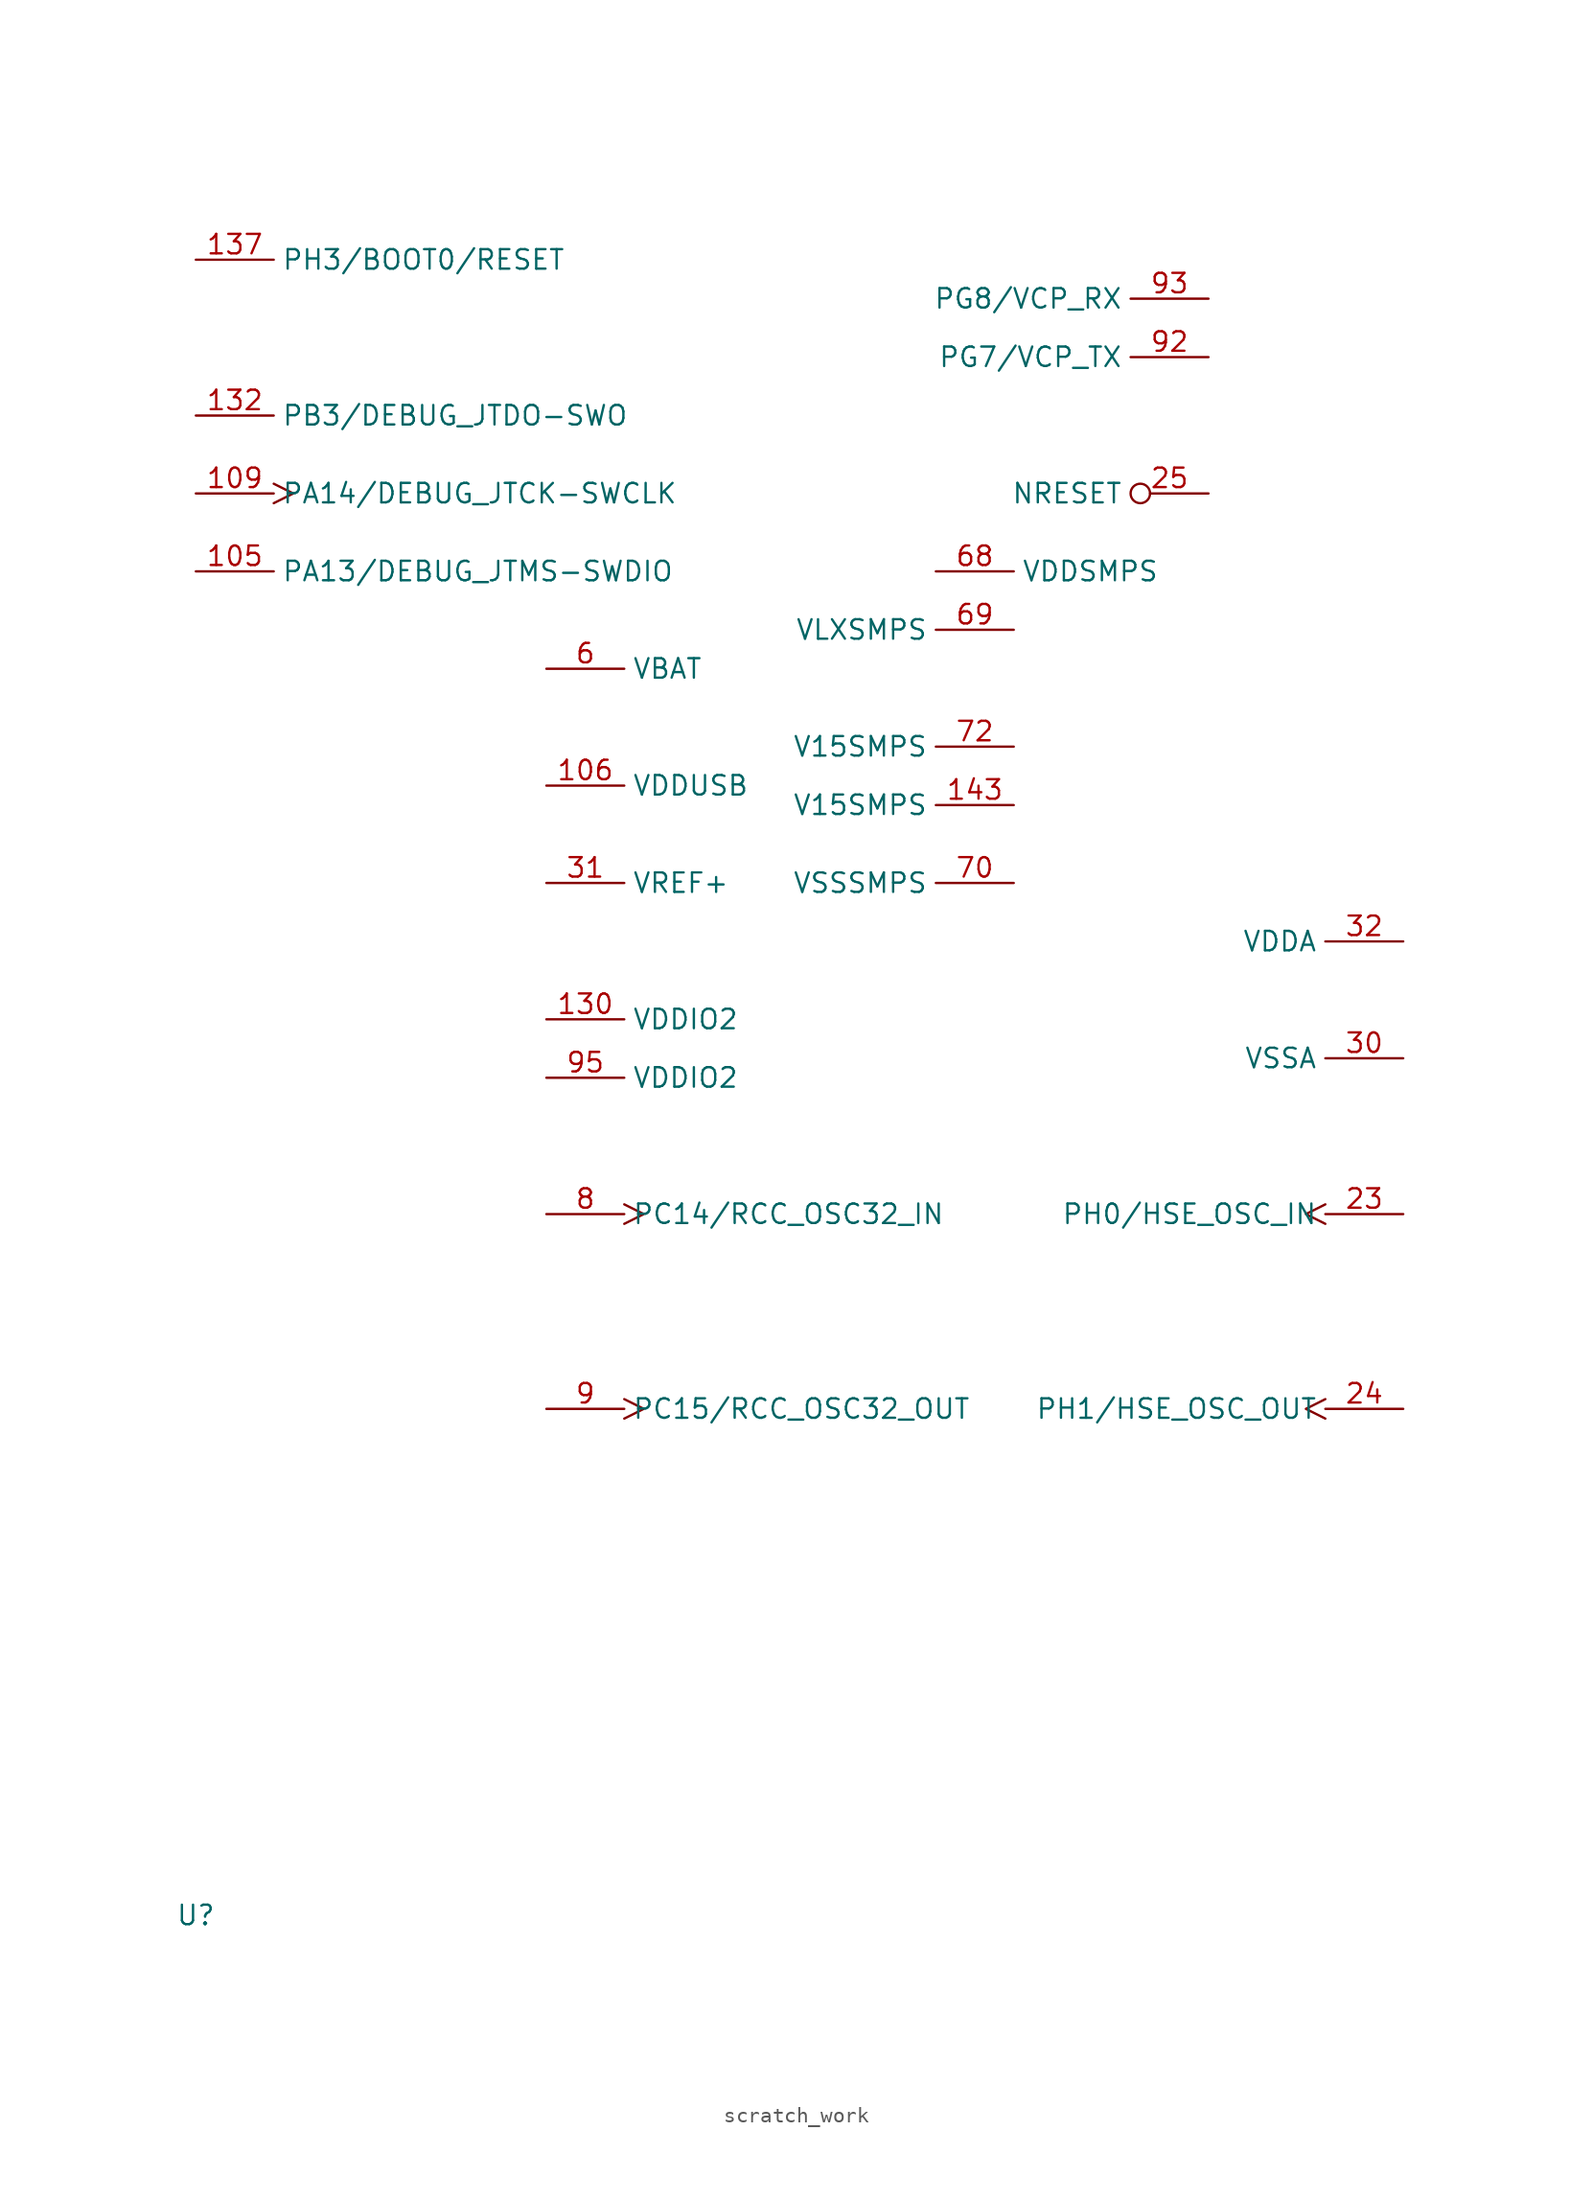
<source format=kicad_sym>
(kicad_symbol_lib
  (version 20241209)
  (generator "kicad_symbol_editor")
  (generator_version "9.0")
  (symbol "scratch_work"
    (property "Reference" "U"
      (at 0 0 0)
      (effects (font (size 1.27 1.27))))
    (property "Value" ""
      (at 0 0 0)
      (effects (font (size 1.27 1.27))))
    (symbol "scratch_work_1_1"
      (pin input line (at 0 107.95 0) (length 5.08) (name "PH3/BOOT0/RESET" (effects (font (size 1.27 1.27)))) (number "137" (effects (font (size 1.27 1.27)))))
      (pin bidirectional line (at 0 97.79 0) (length 5.08) (name "PB3/DEBUG_JTDO-SWO" (effects (font (size 1.27 1.27)))) (number "132" (effects (font (size 1.27 1.27)))) (alternate "COMP2_INM" bidirectional line) (alternate "CRS_SYNC" bidirectional line) (alternate "SAI1_SCK_B" bidirectional line) (alternate "SPI1_SCK" bidirectional line) (alternate "SPI3_SCK" bidirectional line) (alternate "TIM2_CH2" bidirectional line) (alternate "USART1_DE" bidirectional line) (alternate "USART1_RTS" bidirectional line))
      (pin bidirectional clock (at 0 92.71 0) (length 5.08) (name "PA14/DEBUG_JTCK-SWCLK" (effects (font (size 1.27 1.27)))) (number "109" (effects (font (size 1.27 1.27)))) (alternate "I2C1_SMBA" bidirectional line) (alternate "I2C4_SMBA" bidirectional line) (alternate "LPTIM1_OUT" bidirectional line) (alternate "SAI1_FS_B" bidirectional line))
      (pin bidirectional line (at 0 87.63 0) (length 5.08) (name "PA13/DEBUG_JTMS-SWDIO" (effects (font (size 1.27 1.27)))) (number "105" (effects (font (size 1.27 1.27)))) (alternate "IR_OUT" bidirectional line) (alternate "SAI1_SD_B" bidirectional line) (alternate "USB_NOE" bidirectional line))
      (pin power_in line (at 22.86 81.28 0) (length 5.08) (name "VBAT" (effects (font (size 1.27 1.27)))) (number "6" (effects (font (size 1.27 1.27)))))
      (pin power_in line (at 22.86 73.66 0) (length 5.08) (name "VDDUSB" (effects (font (size 1.27 1.27)))) (number "106" (effects (font (size 1.27 1.27)))))
      (pin input line (at 22.86 67.31 0) (length 5.08) (name "VREF+" (effects (font (size 1.27 1.27)))) (number "31" (effects (font (size 1.27 1.27)))) (alternate "VREFBUF_OUT" bidirectional line))
      (pin power_in line (at 22.86 58.42 0) (length 5.08) (name "VDDIO2" (effects (font (size 1.27 1.27)))) (number "130" (effects (font (size 1.27 1.27)))))
      (pin power_in line (at 22.86 54.61 0) (length 5.08) (name "VDDIO2" (effects (font (size 1.27 1.27)))) (number "95" (effects (font (size 1.27 1.27)))))
      (pin input clock (at 22.86 45.72 0) (length 5.08) (name "PC14/RCC_OSC32_IN" (effects (font (size 1.27 1.27)))) (number "8" (effects (font (size 1.27 1.27)))))
      (pin input clock (at 22.86 33.02 0) (length 5.08) (name "PC15/RCC_OSC32_OUT" (effects (font (size 1.27 1.27)))) (number "9" (effects (font (size 1.27 1.27)))))
      (pin power_in line (at 48.26 87.63 0) (length 5.08) (name "VDDSMPS" (effects (font (size 1.27 1.27)))) (number "68" (effects (font (size 1.27 1.27)))))
      (pin power_in line (at 53.34 83.82 180) (length 5.08) (name "VLXSMPS" (effects (font (size 1.27 1.27)))) (number "69" (effects (font (size 1.27 1.27)))))
      (pin power_in line (at 53.34 76.2 180) (length 5.08) (name "V15SMPS" (effects (font (size 1.27 1.27)))) (number "72" (effects (font (size 1.27 1.27)))))
      (pin power_in line (at 53.34 72.39 180) (length 5.08) (name "V15SMPS" (effects (font (size 1.27 1.27)))) (number "143" (effects (font (size 1.27 1.27)))))
      (pin power_in line (at 53.34 67.31 180) (length 5.08) (name "VSSSMPS" (effects (font (size 1.27 1.27)))) (number "70" (effects (font (size 1.27 1.27)))))
      (pin bidirectional line (at 66.04 105.41 180) (length 5.08) (name "PG8/VCP_RX" (effects (font (size 1.27 1.27)))) (number "93" (effects (font (size 1.27 1.27)))) (alternate "I2C3_SDA" bidirectional line) (alternate "LPUART1_RX" bidirectional line))
      (pin bidirectional line (at 66.04 101.6 180) (length 5.08) (name "PG7/VCP_TX" (effects (font (size 1.27 1.27)))) (number "92" (effects (font (size 1.27 1.27)))) (alternate "DFSDM1_CKOUT" bidirectional line) (alternate "FMC_INT" bidirectional line) (alternate "I2C3_SCL" bidirectional line) (alternate "LPUART1_TX" bidirectional line) (alternate "SAI1_CK1" bidirectional line) (alternate "SAI1_MCLK_A" bidirectional line) (alternate "UCPD1_FRSTX2" bidirectional line))
      (pin input inverted (at 66.04 92.71 180) (length 5.08) (name "NRESET" (effects (font (size 1.27 1.27)))) (number "25" (effects (font (size 1.27 1.27)))))
      (pin power_in line (at 78.74 63.5 180) (length 5.08) (name "VDDA" (effects (font (size 1.27 1.27)))) (number "32" (effects (font (size 1.27 1.27)))))
      (pin power_in line (at 78.74 55.88 180) (length 5.08) (name "VSSA" (effects (font (size 1.27 1.27)))) (number "30" (effects (font (size 1.27 1.27)))))
      (pin input clock (at 78.74 45.72 180) (length 5.08) (name "PH0/HSE_OSC_IN" (effects (font (size 1.27 1.27)))) (number "23" (effects (font (size 1.27 1.27)))))
      (pin input clock (at 78.74 33.02 180) (length 5.08) (name "PH1/HSE_OSC_OUT" (effects (font (size 1.27 1.27)))) (number "24" (effects (font (size 1.27 1.27))))))))
</source>
